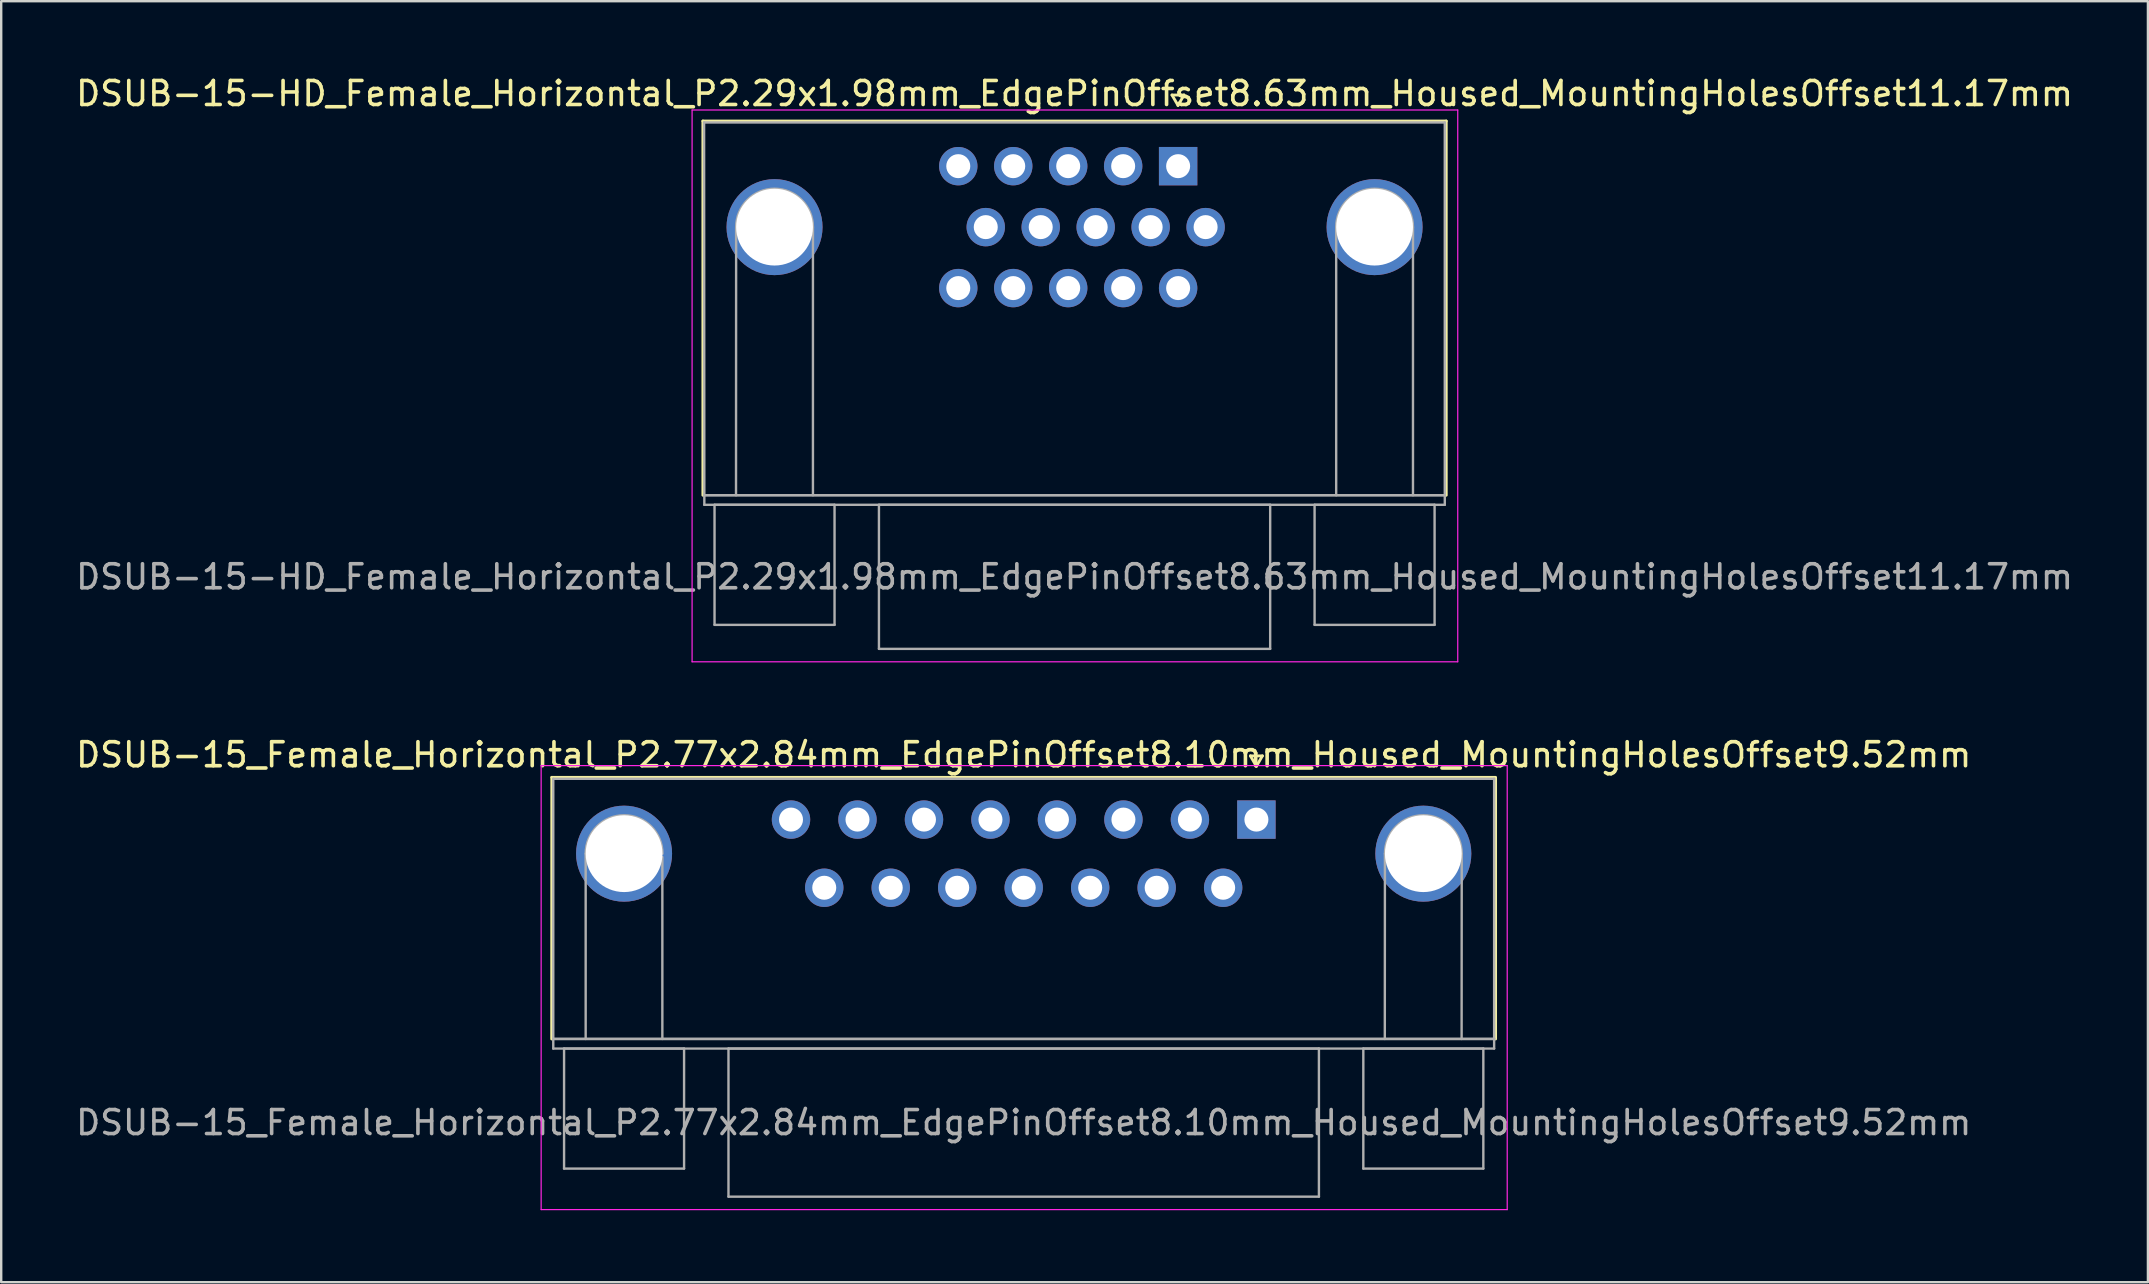
<source format=kicad_pcb>
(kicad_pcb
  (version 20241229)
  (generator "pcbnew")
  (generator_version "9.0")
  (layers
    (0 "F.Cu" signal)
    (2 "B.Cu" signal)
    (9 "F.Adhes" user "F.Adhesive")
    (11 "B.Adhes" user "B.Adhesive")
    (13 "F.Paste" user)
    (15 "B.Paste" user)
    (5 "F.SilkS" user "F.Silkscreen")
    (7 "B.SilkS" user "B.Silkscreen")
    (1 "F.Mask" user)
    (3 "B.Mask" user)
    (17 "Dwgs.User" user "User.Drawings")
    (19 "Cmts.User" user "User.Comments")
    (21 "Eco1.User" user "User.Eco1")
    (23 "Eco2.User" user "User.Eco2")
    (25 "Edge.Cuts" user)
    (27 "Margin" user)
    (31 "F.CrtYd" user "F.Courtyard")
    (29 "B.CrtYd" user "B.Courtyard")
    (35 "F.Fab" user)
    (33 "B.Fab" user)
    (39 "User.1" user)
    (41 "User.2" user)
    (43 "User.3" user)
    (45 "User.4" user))
  (footprint "DSUB-15_Female_Horizontal_P2.77x2.84mm_EdgePinOffset8.10mm_Housed_MountingHolesOffset9.52mm"
    (layer "F.Cu")
    (at 49.296 29.297)
    (property "Reference" "DSUB-15_Female_Horizontal_P2.77x2.84mm_EdgePinOffset8.10mm_Housed_MountingHolesOffset9.52mm" (at -9.695 -0.9 0) (layer "F.SilkS") (effects (font (size 1 1) (thickness 0.15))))
    (attr through_hole)
    (fp_line (start -29.36 10.94) (end -29.355 0.04) (stroke (width 0.12) (type solid)) (layer "F.SilkS"))
    (fp_line (start -29.355 0.04) (end 9.965 0.04) (stroke (width 0.12) (type solid)) (layer "F.SilkS"))
    (fp_line (start -0.25 -0.854) (end 0.25 -0.854) (stroke (width 0.12) (type solid)) (layer "F.SilkS"))
    (fp_line (start 0 -0.421) (end -0.25 -0.854) (stroke (width 0.12) (type solid)) (layer "F.SilkS"))
    (fp_line (start 0.25 -0.854) (end 0 -0.421) (stroke (width 0.12) (type solid)) (layer "F.SilkS"))
    (fp_line (start 9.965 0.08) (end 9.965 10.94) (stroke (width 0.12) (type solid)) (layer "F.SilkS"))
    (fp_line (start -29.8 -0.45) (end -29.8 18.05) (stroke (width 0.05) (type solid)) (layer "F.CrtYd"))
    (fp_line (start -29.8 18.05) (end 10.45 18.05) (stroke (width 0.05) (type solid)) (layer "F.CrtYd"))
    (fp_line (start 10.45 -0.45) (end -29.8 -0.45) (stroke (width 0.05) (type solid)) (layer "F.CrtYd"))
    (fp_line (start 10.45 18.05) (end 10.45 -0.45) (stroke (width 0.05) (type solid)) (layer "F.CrtYd"))
    (fp_line (start -29.295 0.1) (end -29.295 10.94) (stroke (width 0.1) (type solid)) (layer "F.Fab"))
    (fp_line (start -29.295 10.94) (end -29.295 11.34) (stroke (width 0.1) (type solid)) (layer "F.Fab"))
    (fp_line (start -29.295 10.94) (end 9.905 10.94) (stroke (width 0.1) (type solid)) (layer "F.Fab"))
    (fp_line (start -29.295 11.34) (end 9.905 11.34) (stroke (width 0.1) (type solid)) (layer "F.Fab"))
    (fp_line (start -28.845 11.34) (end -28.845 16.34) (stroke (width 0.1) (type solid)) (layer "F.Fab"))
    (fp_line (start -28.845 16.34) (end -23.845 16.34) (stroke (width 0.1) (type solid)) (layer "F.Fab"))
    (fp_line (start -27.945 10.94) (end -27.945 3.22) (stroke (width 0.1) (type solid)) (layer "F.Fab"))
    (fp_line (start -24.75 10.94) (end -24.75 3.36) (stroke (width 0.1) (type solid)) (layer "F.Fab"))
    (fp_line (start -23.845 11.34) (end -28.845 11.34) (stroke (width 0.1) (type solid)) (layer "F.Fab"))
    (fp_line (start -23.845 16.34) (end -23.845 11.34) (stroke (width 0.1) (type solid)) (layer "F.Fab"))
    (fp_line (start -21.995 11.34) (end -21.995 17.51) (stroke (width 0.1) (type solid)) (layer "F.Fab"))
    (fp_line (start -21.995 17.51) (end 2.605 17.51) (stroke (width 0.1) (type solid)) (layer "F.Fab"))
    (fp_line (start 2.605 11.34) (end -21.995 11.34) (stroke (width 0.1) (type solid)) (layer "F.Fab"))
    (fp_line (start 2.605 17.51) (end 2.605 11.34) (stroke (width 0.1) (type solid)) (layer "F.Fab"))
    (fp_line (start 4.455 11.34) (end 4.455 16.34) (stroke (width 0.1) (type solid)) (layer "F.Fab"))
    (fp_line (start 4.455 16.34) (end 9.455 16.34) (stroke (width 0.1) (type solid)) (layer "F.Fab"))
    (fp_line (start 5.35 10.94) (end 5.355 3.22) (stroke (width 0.1) (type solid)) (layer "F.Fab"))
    (fp_line (start 8.55 10.94) (end 8.555 3.22) (stroke (width 0.1) (type solid)) (layer "F.Fab"))
    (fp_line (start 9.455 11.34) (end 4.455 11.34) (stroke (width 0.1) (type solid)) (layer "F.Fab"))
    (fp_line (start 9.455 16.34) (end 9.455 11.34) (stroke (width 0.1) (type solid)) (layer "F.Fab"))
    (fp_line (start 9.905 0.1) (end -29.295 0.1) (stroke (width 0.1) (type solid)) (layer "F.Fab"))
    (fp_line (start 9.905 10.94) (end -29.295 10.94) (stroke (width 0.1) (type solid)) (layer "F.Fab"))
    (fp_line (start 9.905 10.94) (end 9.905 0.1) (stroke (width 0.1) (type solid)) (layer "F.Fab"))
    (fp_line (start 9.905 11.34) (end 9.905 10.94) (stroke (width 0.1) (type solid)) (layer "F.Fab"))
    (fp_arc (start -27.945 3.22) (mid -26.345 1.62) (end -24.745 3.22) (stroke (width 0.1) (type solid)) (layer "F.Fab"))
    (fp_arc (start 5.355 3.22) (mid 6.955 1.62) (end 8.555 3.22) (stroke (width 0.1) (type solid)) (layer "F.Fab"))
    (fp_text user "${REFERENCE}" (at -9.695 14.425 0) (layer "F.Fab") (effects (font (size 1 1) (thickness 0.15))))
    (pad "0" thru_hole circle (at -26.345 3.22) (size 4 4) (drill 3.2) (layers "*.Cu" "*.Mask"))
    (pad "0" thru_hole circle (at 6.955 3.22) (size 4 4) (drill 3.2) (layers "*.Cu" "*.Mask"))
    (pad "1" thru_hole rect (at 0 1.8) (size 1.6 1.6) (drill 1) (layers "*.Cu" "*.Mask"))
    (pad "2" thru_hole circle (at -2.77 1.8) (size 1.6 1.6) (drill 1) (layers "*.Cu" "*.Mask"))
    (pad "3" thru_hole circle (at -5.54 1.8) (size 1.6 1.6) (drill 1) (layers "*.Cu" "*.Mask"))
    (pad "4" thru_hole circle (at -8.31 1.8) (size 1.6 1.6) (drill 1) (layers "*.Cu" "*.Mask"))
    (pad "5" thru_hole circle (at -11.08 1.8) (size 1.6 1.6) (drill 1) (layers "*.Cu" "*.Mask"))
    (pad "6" thru_hole circle (at -13.85 1.8) (size 1.6 1.6) (drill 1) (layers "*.Cu" "*.Mask"))
    (pad "7" thru_hole circle (at -16.62 1.8) (size 1.6 1.6) (drill 1) (layers "*.Cu" "*.Mask"))
    (pad "8" thru_hole circle (at -19.39 1.8) (size 1.6 1.6) (drill 1) (layers "*.Cu" "*.Mask"))
    (pad "9" thru_hole circle (at -1.385 4.64) (size 1.6 1.6) (drill 1) (layers "*.Cu" "*.Mask"))
    (pad "10" thru_hole circle (at -4.155 4.64) (size 1.6 1.6) (drill 1) (layers "*.Cu" "*.Mask"))
    (pad "11" thru_hole circle (at -6.925 4.64) (size 1.6 1.6) (drill 1) (layers "*.Cu" "*.Mask"))
    (pad "12" thru_hole circle (at -9.695 4.64) (size 1.6 1.6) (drill 1) (layers "*.Cu" "*.Mask"))
    (pad "13" thru_hole circle (at -12.465 4.64) (size 1.6 1.6) (drill 1) (layers "*.Cu" "*.Mask"))
    (pad "14" thru_hole circle (at -15.235 4.64) (size 1.6 1.6) (drill 1) (layers "*.Cu" "*.Mask"))
    (pad "15" thru_hole circle (at -18.005 4.64) (size 1.6 1.6) (drill 1) (layers "*.Cu" "*.Mask")))
  (footprint "DSUB-15-HD_Female_Horizontal_P2.29x1.98mm_EdgePinOffset8.63mm_Housed_MountingHolesOffset11.17mm"
    (layer "F.Cu")
    (at 46.035 5.273)
    (property "Reference" "DSUB-15-HD_Female_Horizontal_P2.29x1.98mm_EdgePinOffset8.63mm_Housed_MountingHolesOffset11.17mm" (at -4.315 -4.425 0) (layer "F.SilkS") (effects (font (size 1 1) (thickness 0.15))))
    (attr through_hole)
    (fp_line (start -19.8 -3.28) (end 11.17 -3.28) (stroke (width 0.12) (type solid)) (layer "F.SilkS"))
    (fp_line (start -19.8 12.31) (end -19.8 -3.28) (stroke (width 0.12) (type solid)) (layer "F.SilkS"))
    (fp_line (start -0.255 -4.364) (end 0.245 -4.364) (stroke (width 0.12) (type solid)) (layer "F.SilkS"))
    (fp_line (start -0.005 -3.931) (end -0.255 -4.364) (stroke (width 0.12) (type solid)) (layer "F.SilkS"))
    (fp_line (start 0.245 -4.364) (end -0.005 -3.931) (stroke (width 0.12) (type solid)) (layer "F.SilkS"))
    (fp_line (start 11.17 -3.28) (end 11.17 12.31) (stroke (width 0.12) (type solid)) (layer "F.SilkS"))
    (fp_line (start -20.25 -3.74) (end -20.25 19.25) (stroke (width 0.05) (type solid)) (layer "F.CrtYd"))
    (fp_line (start -20.25 19.25) (end 11.65 19.25) (stroke (width 0.05) (type solid)) (layer "F.CrtYd"))
    (fp_line (start 11.65 -3.74) (end -20.25 -3.74) (stroke (width 0.05) (type solid)) (layer "F.CrtYd"))
    (fp_line (start 11.65 19.25) (end 11.65 -3.74) (stroke (width 0.05) (type solid)) (layer "F.CrtYd"))
    (fp_line (start -19.75 -3.22) (end -19.74 12.31) (stroke (width 0.1) (type solid)) (layer "F.Fab"))
    (fp_line (start -19.74 12.31) (end -19.74 12.71) (stroke (width 0.1) (type solid)) (layer "F.Fab"))
    (fp_line (start -19.74 12.31) (end 11.11 12.31) (stroke (width 0.1) (type solid)) (layer "F.Fab"))
    (fp_line (start -19.74 12.71) (end 11.11 12.71) (stroke (width 0.1) (type solid)) (layer "F.Fab"))
    (fp_line (start -19.315 12.71) (end -19.315 17.71) (stroke (width 0.1) (type solid)) (layer "F.Fab"))
    (fp_line (start -19.315 17.71) (end -14.315 17.71) (stroke (width 0.1) (type solid)) (layer "F.Fab"))
    (fp_line (start -18.42 12.31) (end -18.415 1.14) (stroke (width 0.1) (type solid)) (layer "F.Fab"))
    (fp_line (start -15.215 12.31) (end -15.215 1.14) (stroke (width 0.1) (type solid)) (layer "F.Fab"))
    (fp_line (start -14.315 12.71) (end -19.315 12.71) (stroke (width 0.1) (type solid)) (layer "F.Fab"))
    (fp_line (start -14.315 17.71) (end -14.315 12.71) (stroke (width 0.1) (type solid)) (layer "F.Fab"))
    (fp_line (start -12.465 12.71) (end -12.465 18.71) (stroke (width 0.1) (type solid)) (layer "F.Fab"))
    (fp_line (start -12.465 18.71) (end 3.835 18.71) (stroke (width 0.1) (type solid)) (layer "F.Fab"))
    (fp_line (start 3.835 12.71) (end -12.465 12.71) (stroke (width 0.1) (type solid)) (layer "F.Fab"))
    (fp_line (start 3.835 18.71) (end 3.835 12.71) (stroke (width 0.1) (type solid)) (layer "F.Fab"))
    (fp_line (start 5.685 12.71) (end 5.685 17.71) (stroke (width 0.1) (type solid)) (layer "F.Fab"))
    (fp_line (start 5.685 17.71) (end 10.685 17.71) (stroke (width 0.1) (type solid)) (layer "F.Fab"))
    (fp_line (start 6.585 12.31) (end 6.585 1.14) (stroke (width 0.1) (type solid)) (layer "F.Fab"))
    (fp_line (start 9.785 12.31) (end 9.785 1.14) (stroke (width 0.1) (type solid)) (layer "F.Fab"))
    (fp_line (start 10.685 12.71) (end 5.685 12.71) (stroke (width 0.1) (type solid)) (layer "F.Fab"))
    (fp_line (start 10.685 17.71) (end 10.685 12.71) (stroke (width 0.1) (type solid)) (layer "F.Fab"))
    (fp_line (start 11.11 -3.22) (end -19.75 -3.22) (stroke (width 0.1) (type solid)) (layer "F.Fab"))
    (fp_line (start 11.11 12.31) (end -19.74 12.31) (stroke (width 0.1) (type solid)) (layer "F.Fab"))
    (fp_line (start 11.11 12.31) (end 11.11 -3.22) (stroke (width 0.1) (type solid)) (layer "F.Fab"))
    (fp_line (start 11.11 12.71) (end 11.11 12.31) (stroke (width 0.1) (type solid)) (layer "F.Fab"))
    (fp_arc (start -18.415 1.14) (mid -16.815 -0.46) (end -15.215 1.14) (stroke (width 0.1) (type solid)) (layer "F.Fab"))
    (fp_arc (start 6.585 1.14) (mid 8.185 -0.46) (end 9.785 1.14) (stroke (width 0.1) (type solid)) (layer "F.Fab"))
    (fp_text user "${REFERENCE}" (at -4.315 15.71 0) (layer "F.Fab") (effects (font (size 1 1) (thickness 0.15))))
    (pad "0" thru_hole circle (at -16.815 1.14) (size 4 4) (drill 3.2) (layers "*.Cu" "*.Mask"))
    (pad "0" thru_hole circle (at 8.185 1.14) (size 4 4) (drill 3.2) (layers "*.Cu" "*.Mask"))
    (pad "1" thru_hole rect (at 0 -1.4) (size 1.6 1.6) (drill 1) (layers "*.Cu" "*.Mask"))
    (pad "2" thru_hole circle (at -2.29 -1.4) (size 1.6 1.6) (drill 1) (layers "*.Cu" "*.Mask"))
    (pad "3" thru_hole circle (at -4.58 -1.4) (size 1.6 1.6) (drill 1) (layers "*.Cu" "*.Mask"))
    (pad "4" thru_hole circle (at -6.87 -1.4) (size 1.6 1.6) (drill 1) (layers "*.Cu" "*.Mask"))
    (pad "5" thru_hole circle (at -9.16 -1.4) (size 1.6 1.6) (drill 1) (layers "*.Cu" "*.Mask"))
    (pad "6" thru_hole circle (at 1.145 1.14) (size 1.6 1.6) (drill 1) (layers "*.Cu" "*.Mask"))
    (pad "7" thru_hole circle (at -1.145 1.14) (size 1.6 1.6) (drill 1) (layers "*.Cu" "*.Mask"))
    (pad "8" thru_hole circle (at -3.435 1.14) (size 1.6 1.6) (drill 1) (layers "*.Cu" "*.Mask"))
    (pad "9" thru_hole circle (at -5.725 1.14) (size 1.6 1.6) (drill 1) (layers "*.Cu" "*.Mask"))
    (pad "10" thru_hole circle (at -8.015 1.14) (size 1.6 1.6) (drill 1) (layers "*.Cu" "*.Mask"))
    (pad "11" thru_hole circle (at 0 3.68) (size 1.6 1.6) (drill 1) (layers "*.Cu" "*.Mask"))
    (pad "12" thru_hole circle (at -2.29 3.68) (size 1.6 1.6) (drill 1) (layers "*.Cu" "*.Mask"))
    (pad "13" thru_hole circle (at -4.58 3.68) (size 1.6 1.6) (drill 1) (layers "*.Cu" "*.Mask"))
    (pad "14" thru_hole circle (at -6.87 3.68) (size 1.6 1.6) (drill 1) (layers "*.Cu" "*.Mask"))
    (pad "15" thru_hole circle (at -9.16 3.68) (size 1.6 1.6) (drill 1) (layers "*.Cu" "*.Mask")))
  (gr_rect
    (start -3 -3)
    (end 86.44 50.371)
    (stroke (width 0.1) (type default))
    (fill no)
    (layer "Edge.Cuts")))
</source>
